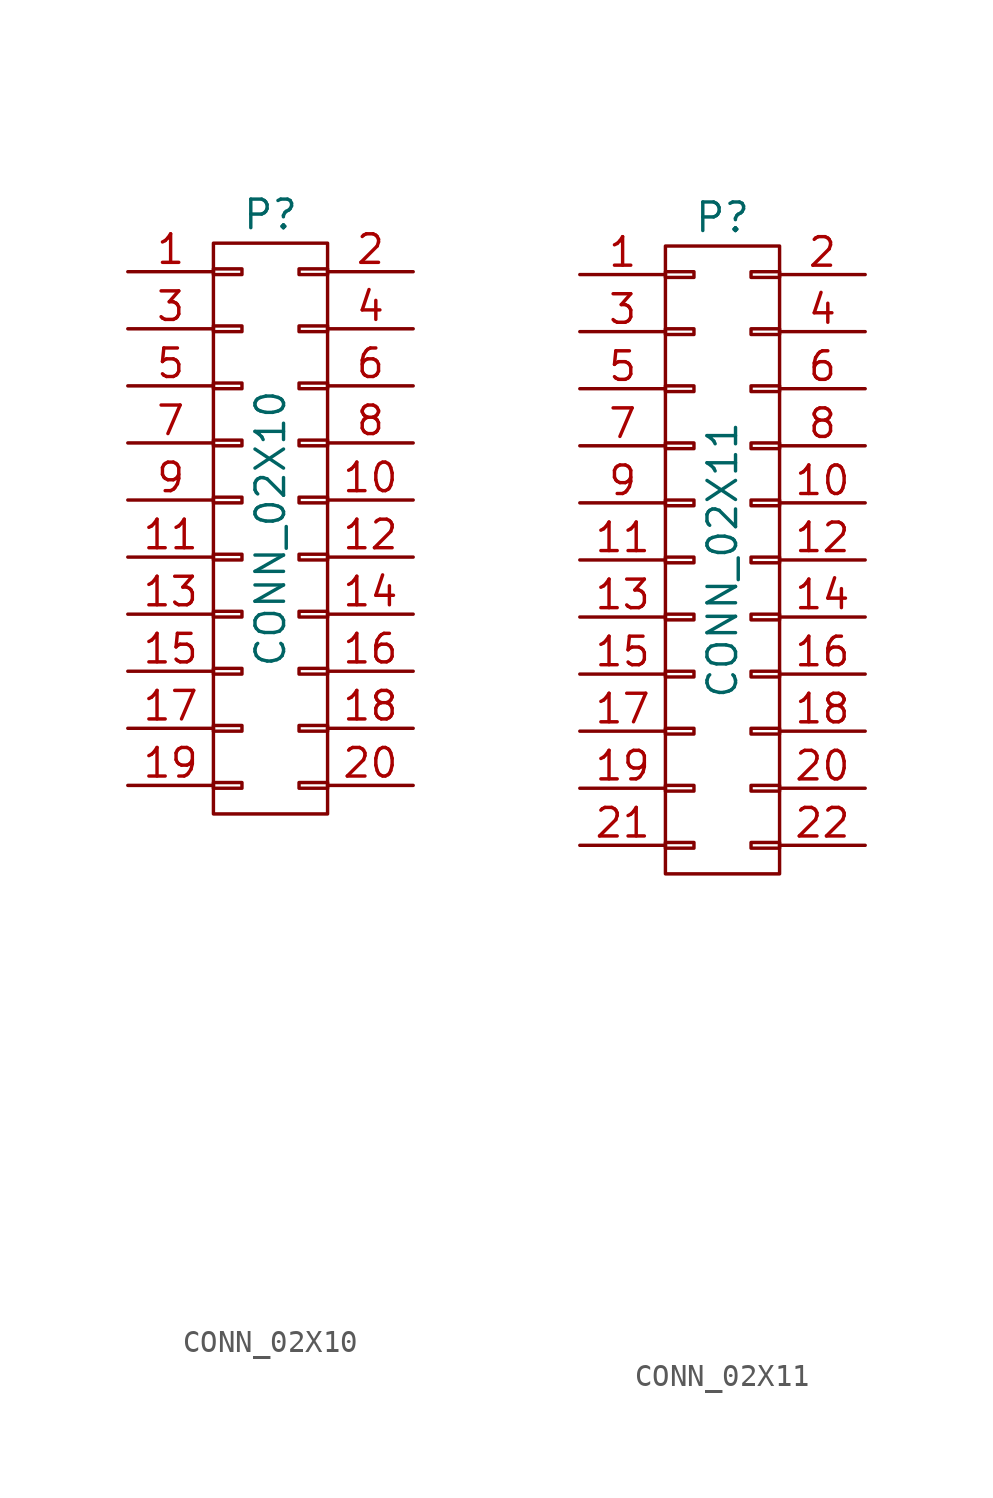
<source format=kicad_sym>
(kicad_symbol_lib
  (version 20231120)
  (generator "kicad_symbol_editor")
  (generator_version "8.0")
  (symbol "CONN_02X10"
    (pin_names
      (offset 0.025) hide)
    (property "Reference" "P"
      (at 0 13.97 0)
      (effects (font (size 1.27 1.27))))
    (property "Value" "CONN_02X10"
      (at 0 0 90)
      (effects (font (size 1.27 1.27))))
    (property "Footprint" ""
      (at 0 -30.48 0)
      (effects (font (size 1.27 1.27))))
    (property "Datasheet" ""
      (at 0 -30.48 0)
      (effects (font (size 1.27 1.27))))
    (symbol "CONN_02X10_0_1"
      (rectangle (start -2.54 -11.303) (end -1.27 -11.557) (stroke (width 0) (type solid)) (fill (type none)))
      (rectangle (start -2.54 -8.763) (end -1.27 -9.017) (stroke (width 0) (type solid)) (fill (type none)))
      (rectangle (start -2.54 -6.223) (end -1.27 -6.477) (stroke (width 0) (type solid)) (fill (type none)))
      (rectangle (start -2.54 -3.683) (end -1.27 -3.937) (stroke (width 0) (type solid)) (fill (type none)))
      (rectangle (start -2.54 -1.143) (end -1.27 -1.397) (stroke (width 0) (type solid)) (fill (type none)))
      (rectangle (start -2.54 1.397) (end -1.27 1.143) (stroke (width 0) (type solid)) (fill (type none)))
      (rectangle (start -2.54 3.937) (end -1.27 3.683) (stroke (width 0) (type solid)) (fill (type none)))
      (rectangle (start -2.54 6.477) (end -1.27 6.223) (stroke (width 0) (type solid)) (fill (type none)))
      (rectangle (start -2.54 9.017) (end -1.27 8.763) (stroke (width 0) (type solid)) (fill (type none)))
      (rectangle (start -2.54 11.557) (end -1.27 11.303) (stroke (width 0) (type solid)) (fill (type none)))
      (rectangle (start -2.54 12.7) (end 2.54 -12.7) (stroke (width 0) (type solid)) (fill (type none)))
      (rectangle (start 1.27 -11.303) (end 2.54 -11.557) (stroke (width 0) (type solid)) (fill (type none)))
      (rectangle (start 1.27 -8.763) (end 2.54 -9.017) (stroke (width 0) (type solid)) (fill (type none)))
      (rectangle (start 1.27 -6.223) (end 2.54 -6.477) (stroke (width 0) (type solid)) (fill (type none)))
      (rectangle (start 1.27 -3.683) (end 2.54 -3.937) (stroke (width 0) (type solid)) (fill (type none)))
      (rectangle (start 1.27 -1.143) (end 2.54 -1.397) (stroke (width 0) (type solid)) (fill (type none)))
      (rectangle (start 1.27 1.397) (end 2.54 1.143) (stroke (width 0) (type solid)) (fill (type none)))
      (rectangle (start 1.27 3.937) (end 2.54 3.683) (stroke (width 0) (type solid)) (fill (type none)))
      (rectangle (start 1.27 6.477) (end 2.54 6.223) (stroke (width 0) (type solid)) (fill (type none)))
      (rectangle (start 1.27 9.017) (end 2.54 8.763) (stroke (width 0) (type solid)) (fill (type none)))
      (rectangle (start 1.27 11.557) (end 2.54 11.303) (stroke (width 0) (type solid)) (fill (type none))))
    (symbol "CONN_02X10_1_1"
      (pin passive line (at -6.35 11.43 0) (length 3.81) (name "P1" (effects (font (size 1.27 1.27)))) (number "1" (effects (font (size 1.27 1.27)))))
      (pin passive line (at 6.35 1.27 180) (length 3.81) (name "P10" (effects (font (size 1.27 1.27)))) (number "10" (effects (font (size 1.27 1.27)))))
      (pin passive line (at -6.35 -1.27 0) (length 3.81) (name "P11" (effects (font (size 1.27 1.27)))) (number "11" (effects (font (size 1.27 1.27)))))
      (pin passive line (at 6.35 -1.27 180) (length 3.81) (name "P12" (effects (font (size 1.27 1.27)))) (number "12" (effects (font (size 1.27 1.27)))))
      (pin passive line (at -6.35 -3.81 0) (length 3.81) (name "P13" (effects (font (size 1.27 1.27)))) (number "13" (effects (font (size 1.27 1.27)))))
      (pin passive line (at 6.35 -3.81 180) (length 3.81) (name "P14" (effects (font (size 1.27 1.27)))) (number "14" (effects (font (size 1.27 1.27)))))
      (pin passive line (at -6.35 -6.35 0) (length 3.81) (name "P15" (effects (font (size 1.27 1.27)))) (number "15" (effects (font (size 1.27 1.27)))))
      (pin passive line (at 6.35 -6.35 180) (length 3.81) (name "P16" (effects (font (size 1.27 1.27)))) (number "16" (effects (font (size 1.27 1.27)))))
      (pin passive line (at -6.35 -8.89 0) (length 3.81) (name "P17" (effects (font (size 1.27 1.27)))) (number "17" (effects (font (size 1.27 1.27)))))
      (pin passive line (at 6.35 -8.89 180) (length 3.81) (name "P18" (effects (font (size 1.27 1.27)))) (number "18" (effects (font (size 1.27 1.27)))))
      (pin passive line (at -6.35 -11.43 0) (length 3.81) (name "P19" (effects (font (size 1.27 1.27)))) (number "19" (effects (font (size 1.27 1.27)))))
      (pin passive line (at 6.35 11.43 180) (length 3.81) (name "P2" (effects (font (size 1.27 1.27)))) (number "2" (effects (font (size 1.27 1.27)))))
      (pin passive line (at 6.35 -11.43 180) (length 3.81) (name "P20" (effects (font (size 1.27 1.27)))) (number "20" (effects (font (size 1.27 1.27)))))
      (pin passive line (at -6.35 8.89 0) (length 3.81) (name "P3" (effects (font (size 1.27 1.27)))) (number "3" (effects (font (size 1.27 1.27)))))
      (pin passive line (at 6.35 8.89 180) (length 3.81) (name "P4" (effects (font (size 1.27 1.27)))) (number "4" (effects (font (size 1.27 1.27)))))
      (pin passive line (at -6.35 6.35 0) (length 3.81) (name "P5" (effects (font (size 1.27 1.27)))) (number "5" (effects (font (size 1.27 1.27)))))
      (pin passive line (at 6.35 6.35 180) (length 3.81) (name "P6" (effects (font (size 1.27 1.27)))) (number "6" (effects (font (size 1.27 1.27)))))
      (pin passive line (at -6.35 3.81 0) (length 3.81) (name "P7" (effects (font (size 1.27 1.27)))) (number "7" (effects (font (size 1.27 1.27)))))
      (pin passive line (at 6.35 3.81 180) (length 3.81) (name "P8" (effects (font (size 1.27 1.27)))) (number "8" (effects (font (size 1.27 1.27)))))
      (pin passive line (at -6.35 1.27 0) (length 3.81) (name "P9" (effects (font (size 1.27 1.27)))) (number "9" (effects (font (size 1.27 1.27)))))))
  (symbol "CONN_02X11"
    (pin_names
      (offset 0.025) hide)
    (property "Reference" "P"
      (at 0 15.24 0)
      (effects (font (size 1.27 1.27))))
    (property "Value" "CONN_02X11"
      (at 0 0 90)
      (effects (font (size 1.27 1.27))))
    (property "Footprint" ""
      (at 0 -30.48 0)
      (effects (font (size 1.27 1.27))))
    (property "Datasheet" ""
      (at 0 -30.48 0)
      (effects (font (size 1.27 1.27))))
    (symbol "CONN_02X11_0_1"
      (rectangle (start -2.54 -12.573) (end -1.27 -12.827) (stroke (width 0) (type solid)) (fill (type none)))
      (rectangle (start -2.54 -10.033) (end -1.27 -10.287) (stroke (width 0) (type solid)) (fill (type none)))
      (rectangle (start -2.54 -7.493) (end -1.27 -7.747) (stroke (width 0) (type solid)) (fill (type none)))
      (rectangle (start -2.54 -4.953) (end -1.27 -5.207) (stroke (width 0) (type solid)) (fill (type none)))
      (rectangle (start -2.54 -2.413) (end -1.27 -2.667) (stroke (width 0) (type solid)) (fill (type none)))
      (rectangle (start -2.54 0.127) (end -1.27 -0.127) (stroke (width 0) (type solid)) (fill (type none)))
      (rectangle (start -2.54 2.667) (end -1.27 2.413) (stroke (width 0) (type solid)) (fill (type none)))
      (rectangle (start -2.54 5.207) (end -1.27 4.953) (stroke (width 0) (type solid)) (fill (type none)))
      (rectangle (start -2.54 7.747) (end -1.27 7.493) (stroke (width 0) (type solid)) (fill (type none)))
      (rectangle (start -2.54 10.287) (end -1.27 10.033) (stroke (width 0) (type solid)) (fill (type none)))
      (rectangle (start -2.54 12.827) (end -1.27 12.573) (stroke (width 0) (type solid)) (fill (type none)))
      (rectangle (start -2.54 13.97) (end 2.54 -13.97) (stroke (width 0) (type solid)) (fill (type none)))
      (rectangle (start 1.27 -12.573) (end 2.54 -12.827) (stroke (width 0) (type solid)) (fill (type none)))
      (rectangle (start 1.27 -10.033) (end 2.54 -10.287) (stroke (width 0) (type solid)) (fill (type none)))
      (rectangle (start 1.27 -7.493) (end 2.54 -7.747) (stroke (width 0) (type solid)) (fill (type none)))
      (rectangle (start 1.27 -4.953) (end 2.54 -5.207) (stroke (width 0) (type solid)) (fill (type none)))
      (rectangle (start 1.27 -2.413) (end 2.54 -2.667) (stroke (width 0) (type solid)) (fill (type none)))
      (rectangle (start 1.27 0.127) (end 2.54 -0.127) (stroke (width 0) (type solid)) (fill (type none)))
      (rectangle (start 1.27 2.667) (end 2.54 2.413) (stroke (width 0) (type solid)) (fill (type none)))
      (rectangle (start 1.27 5.207) (end 2.54 4.953) (stroke (width 0) (type solid)) (fill (type none)))
      (rectangle (start 1.27 7.747) (end 2.54 7.493) (stroke (width 0) (type solid)) (fill (type none)))
      (rectangle (start 1.27 10.287) (end 2.54 10.033) (stroke (width 0) (type solid)) (fill (type none)))
      (rectangle (start 1.27 12.827) (end 2.54 12.573) (stroke (width 0) (type solid)) (fill (type none))))
    (symbol "CONN_02X11_1_1"
      (pin passive line (at -6.35 12.7 0) (length 3.81) (name "P1" (effects (font (size 1.27 1.27)))) (number "1" (effects (font (size 1.27 1.27)))))
      (pin passive line (at 6.35 2.54 180) (length 3.81) (name "P10" (effects (font (size 1.27 1.27)))) (number "10" (effects (font (size 1.27 1.27)))))
      (pin passive line (at -6.35 0 0) (length 3.81) (name "P11" (effects (font (size 1.27 1.27)))) (number "11" (effects (font (size 1.27 1.27)))))
      (pin passive line (at 6.35 0 180) (length 3.81) (name "P12" (effects (font (size 1.27 1.27)))) (number "12" (effects (font (size 1.27 1.27)))))
      (pin passive line (at -6.35 -2.54 0) (length 3.81) (name "P13" (effects (font (size 1.27 1.27)))) (number "13" (effects (font (size 1.27 1.27)))))
      (pin passive line (at 6.35 -2.54 180) (length 3.81) (name "P14" (effects (font (size 1.27 1.27)))) (number "14" (effects (font (size 1.27 1.27)))))
      (pin passive line (at -6.35 -5.08 0) (length 3.81) (name "P15" (effects (font (size 1.27 1.27)))) (number "15" (effects (font (size 1.27 1.27)))))
      (pin passive line (at 6.35 -5.08 180) (length 3.81) (name "P16" (effects (font (size 1.27 1.27)))) (number "16" (effects (font (size 1.27 1.27)))))
      (pin passive line (at -6.35 -7.62 0) (length 3.81) (name "P17" (effects (font (size 1.27 1.27)))) (number "17" (effects (font (size 1.27 1.27)))))
      (pin passive line (at 6.35 -7.62 180) (length 3.81) (name "P18" (effects (font (size 1.27 1.27)))) (number "18" (effects (font (size 1.27 1.27)))))
      (pin passive line (at -6.35 -10.16 0) (length 3.81) (name "P19" (effects (font (size 1.27 1.27)))) (number "19" (effects (font (size 1.27 1.27)))))
      (pin passive line (at 6.35 12.7 180) (length 3.81) (name "P2" (effects (font (size 1.27 1.27)))) (number "2" (effects (font (size 1.27 1.27)))))
      (pin passive line (at 6.35 -10.16 180) (length 3.81) (name "P20" (effects (font (size 1.27 1.27)))) (number "20" (effects (font (size 1.27 1.27)))))
      (pin passive line (at -6.35 -12.7 0) (length 3.81) (name "P21" (effects (font (size 1.27 1.27)))) (number "21" (effects (font (size 1.27 1.27)))))
      (pin passive line (at 6.35 -12.7 180) (length 3.81) (name "P22" (effects (font (size 1.27 1.27)))) (number "22" (effects (font (size 1.27 1.27)))))
      (pin passive line (at -6.35 10.16 0) (length 3.81) (name "P3" (effects (font (size 1.27 1.27)))) (number "3" (effects (font (size 1.27 1.27)))))
      (pin passive line (at 6.35 10.16 180) (length 3.81) (name "P4" (effects (font (size 1.27 1.27)))) (number "4" (effects (font (size 1.27 1.27)))))
      (pin passive line (at -6.35 7.62 0) (length 3.81) (name "P5" (effects (font (size 1.27 1.27)))) (number "5" (effects (font (size 1.27 1.27)))))
      (pin passive line (at 6.35 7.62 180) (length 3.81) (name "P6" (effects (font (size 1.27 1.27)))) (number "6" (effects (font (size 1.27 1.27)))))
      (pin passive line (at -6.35 5.08 0) (length 3.81) (name "P7" (effects (font (size 1.27 1.27)))) (number "7" (effects (font (size 1.27 1.27)))))
      (pin passive line (at 6.35 5.08 180) (length 3.81) (name "P8" (effects (font (size 1.27 1.27)))) (number "8" (effects (font (size 1.27 1.27)))))
      (pin passive line (at -6.35 2.54 0) (length 3.81) (name "P9" (effects (font (size 1.27 1.27)))) (number "9" (effects (font (size 1.27 1.27))))))))
</source>
